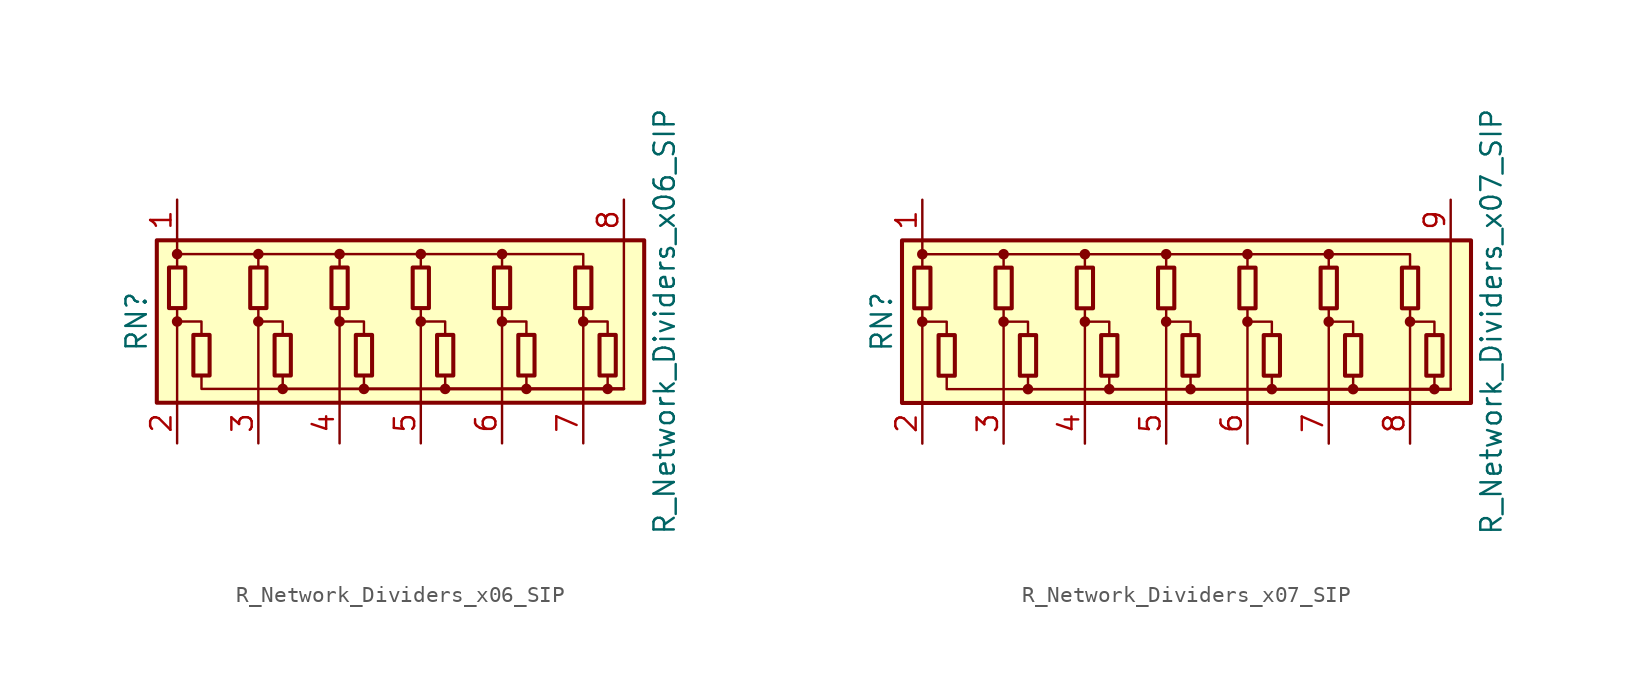
<source format=kicad_sym>
(kicad_symbol_lib
  (version 20241209)
  (generator "kicad_symbol_editor")
  (generator_version "9.0")
  (symbol "R_Network_Dividers_x06_SIP"
    (pin_names
      (offset 0)
      (hide yes))
    (property "Reference" "RN"
      (at -17.78 0 90)
      (effects (font (size 1.27 1.27))))
    (property "Value" "R_Network_Dividers_x06_SIP"
      (at 15.24 0 90)
      (effects (font (size 1.27 1.27))))
    (symbol "R_Network_Dividers_x06_SIP_0_1"
      (rectangle (start -16.51 -5.08) (end 13.97 5.08) (stroke (width 0.254) (type solid)) (fill (type background)))
      (rectangle (start -15.748 3.378) (end -14.732 0.838) (stroke (width 0.254) (type solid)) (fill (type none)))
      (polyline (pts (xy -15.24 5.08) (xy -15.24 3.378)) (stroke (width 0) (type solid)) (fill (type none)))
      (circle (center -15.24 4.216) (radius 0.254) (stroke (width 0) (type solid)) (fill (type outline)))
      (polyline (pts (xy -15.24 4.216) (xy -10.16 4.216) (xy -10.16 3.378)) (stroke (width 0) (type solid)) (fill (type none)))
      (circle (center -15.24 0) (radius 0.254) (stroke (width 0) (type solid)) (fill (type outline)))
      (polyline (pts (xy -15.24 0) (xy -13.716 0) (xy -13.716 -0.838)) (stroke (width 0) (type solid)) (fill (type none)))
      (polyline (pts (xy -15.24 -5.08) (xy -15.24 0.838)) (stroke (width 0) (type solid)) (fill (type none)))
      (rectangle (start -14.224 -3.378) (end -13.208 -0.838) (stroke (width 0.254) (type solid)) (fill (type none)))
      (polyline (pts (xy -13.716 -3.378) (xy -13.716 -4.216) (xy 12.7 -4.216)) (stroke (width 0) (type solid)) (fill (type none)))
      (rectangle (start -10.668 3.378) (end -9.652 0.838) (stroke (width 0.254) (type solid)) (fill (type none)))
      (circle (center -10.16 4.216) (radius 0.254) (stroke (width 0) (type solid)) (fill (type outline)))
      (polyline (pts (xy -10.16 4.216) (xy -5.08 4.216) (xy -5.08 3.378)) (stroke (width 0) (type solid)) (fill (type none)))
      (circle (center -10.16 0) (radius 0.254) (stroke (width 0) (type solid)) (fill (type outline)))
      (polyline (pts (xy -10.16 0) (xy -8.636 0) (xy -8.636 -0.838)) (stroke (width 0) (type solid)) (fill (type none)))
      (polyline (pts (xy -10.16 -5.08) (xy -10.16 0.838)) (stroke (width 0) (type solid)) (fill (type none)))
      (rectangle (start -9.144 -3.378) (end -8.128 -0.838) (stroke (width 0.254) (type solid)) (fill (type none)))
      (polyline (pts (xy -8.636 -3.378) (xy -8.636 -4.216) (xy 12.7 -4.216)) (stroke (width 0) (type solid)) (fill (type none)))
      (circle (center -8.636 -4.216) (radius 0.254) (stroke (width 0) (type solid)) (fill (type outline)))
      (rectangle (start -5.588 3.378) (end -4.572 0.838) (stroke (width 0.254) (type solid)) (fill (type none)))
      (circle (center -5.08 4.216) (radius 0.254) (stroke (width 0) (type solid)) (fill (type outline)))
      (polyline (pts (xy -5.08 4.216) (xy 0 4.216) (xy 0 3.378)) (stroke (width 0) (type solid)) (fill (type none)))
      (circle (center -5.08 0) (radius 0.254) (stroke (width 0) (type solid)) (fill (type outline)))
      (polyline (pts (xy -5.08 0) (xy -3.556 0) (xy -3.556 -0.838)) (stroke (width 0) (type solid)) (fill (type none)))
      (polyline (pts (xy -5.08 -5.08) (xy -5.08 0.838)) (stroke (width 0) (type solid)) (fill (type none)))
      (rectangle (start -4.064 -3.378) (end -3.048 -0.838) (stroke (width 0.254) (type solid)) (fill (type none)))
      (polyline (pts (xy -3.556 -3.378) (xy -3.556 -4.216) (xy 12.7 -4.216)) (stroke (width 0) (type solid)) (fill (type none)))
      (circle (center -3.556 -4.216) (radius 0.254) (stroke (width 0) (type solid)) (fill (type outline)))
      (rectangle (start -0.508 3.378) (end 0.508 0.838) (stroke (width 0.254) (type solid)) (fill (type none)))
      (circle (center 0 4.216) (radius 0.254) (stroke (width 0) (type solid)) (fill (type outline)))
      (polyline (pts (xy 0 4.216) (xy 5.08 4.216) (xy 5.08 3.378)) (stroke (width 0) (type solid)) (fill (type none)))
      (polyline (pts (xy 0 0) (xy 1.524 0) (xy 1.524 -0.838)) (stroke (width 0) (type solid)) (fill (type none)))
      (circle (center 0 0) (radius 0.254) (stroke (width 0) (type solid)) (fill (type outline)))
      (polyline (pts (xy 0 -5.08) (xy 0 0.838)) (stroke (width 0) (type solid)) (fill (type none)))
      (rectangle (start 1.016 -3.378) (end 2.032 -0.838) (stroke (width 0.254) (type solid)) (fill (type none)))
      (polyline (pts (xy 1.524 -3.378) (xy 1.524 -4.216) (xy 12.7 -4.216)) (stroke (width 0) (type solid)) (fill (type none)))
      (circle (center 1.524 -4.216) (radius 0.254) (stroke (width 0) (type solid)) (fill (type outline)))
      (rectangle (start 4.572 3.378) (end 5.588 0.838) (stroke (width 0.254) (type solid)) (fill (type none)))
      (polyline (pts (xy 5.08 4.216) (xy 10.16 4.216) (xy 10.16 3.378)) (stroke (width 0) (type solid)) (fill (type none)))
      (circle (center 5.08 4.216) (radius 0.254) (stroke (width 0) (type solid)) (fill (type outline)))
      (polyline (pts (xy 5.08 0) (xy 6.604 0) (xy 6.604 -0.838)) (stroke (width 0) (type solid)) (fill (type none)))
      (circle (center 5.08 0) (radius 0.254) (stroke (width 0) (type solid)) (fill (type outline)))
      (polyline (pts (xy 5.08 -5.08) (xy 5.08 0.838)) (stroke (width 0) (type solid)) (fill (type none)))
      (rectangle (start 6.096 -3.378) (end 7.112 -0.838) (stroke (width 0.254) (type solid)) (fill (type none)))
      (polyline (pts (xy 6.604 -3.378) (xy 6.604 -4.216) (xy 12.7 -4.216)) (stroke (width 0) (type solid)) (fill (type none)))
      (circle (center 6.604 -4.216) (radius 0.254) (stroke (width 0) (type solid)) (fill (type outline)))
      (rectangle (start 9.652 3.378) (end 10.668 0.838) (stroke (width 0.254) (type solid)) (fill (type none)))
      (polyline (pts (xy 10.16 0) (xy 11.684 0) (xy 11.684 -0.838)) (stroke (width 0) (type solid)) (fill (type none)))
      (circle (center 10.16 0) (radius 0.254) (stroke (width 0) (type solid)) (fill (type outline)))
      (polyline (pts (xy 10.16 -5.08) (xy 10.16 0.838)) (stroke (width 0) (type solid)) (fill (type none)))
      (rectangle (start 11.176 -3.378) (end 12.192 -0.838) (stroke (width 0.254) (type solid)) (fill (type none)))
      (polyline (pts (xy 11.684 -3.378) (xy 11.684 -4.216) (xy 12.7 -4.216)) (stroke (width 0) (type solid)) (fill (type none)))
      (circle (center 11.684 -4.216) (radius 0.254) (stroke (width 0) (type solid)) (fill (type outline)))
      (polyline (pts (xy 12.7 -4.216) (xy 12.7 5.08)) (stroke (width 0) (type solid)) (fill (type none))))
    (symbol "R_Network_Dividers_x06_SIP_1_1"
      (pin passive line (at -15.24 7.62 270) (length 2.54) (name "COM1" (effects (font (size 1.27 1.27)))) (number "1" (effects (font (size 1.27 1.27)))))
      (pin passive line (at -15.24 -7.62 90) (length 2.54) (name "R1" (effects (font (size 1.27 1.27)))) (number "2" (effects (font (size 1.27 1.27)))))
      (pin passive line (at -10.16 -7.62 90) (length 2.54) (name "R2" (effects (font (size 1.27 1.27)))) (number "3" (effects (font (size 1.27 1.27)))))
      (pin passive line (at -5.08 -7.62 90) (length 2.54) (name "R3" (effects (font (size 1.27 1.27)))) (number "4" (effects (font (size 1.27 1.27)))))
      (pin passive line (at 0 -7.62 90) (length 2.54) (name "R4" (effects (font (size 1.27 1.27)))) (number "5" (effects (font (size 1.27 1.27)))))
      (pin passive line (at 5.08 -7.62 90) (length 2.54) (name "R5" (effects (font (size 1.27 1.27)))) (number "6" (effects (font (size 1.27 1.27)))))
      (pin passive line (at 10.16 -7.62 90) (length 2.54) (name "R6" (effects (font (size 1.27 1.27)))) (number "7" (effects (font (size 1.27 1.27)))))
      (pin passive line (at 12.7 7.62 270) (length 2.54) (name "COM2" (effects (font (size 1.27 1.27)))) (number "8" (effects (font (size 1.27 1.27)))))))
  (symbol "R_Network_Dividers_x07_SIP"
    (pin_names
      (offset 0)
      (hide yes))
    (property "Reference" "RN"
      (at -17.78 0 90)
      (effects (font (size 1.27 1.27))))
    (property "Value" "R_Network_Dividers_x07_SIP"
      (at 20.32 0 90)
      (effects (font (size 1.27 1.27))))
    (symbol "R_Network_Dividers_x07_SIP_0_1"
      (rectangle (start -16.51 -5.08) (end 19.05 5.08) (stroke (width 0.254) (type solid)) (fill (type background)))
      (rectangle (start -15.748 3.378) (end -14.732 0.838) (stroke (width 0.254) (type solid)) (fill (type none)))
      (polyline (pts (xy -15.24 5.08) (xy -15.24 3.378)) (stroke (width 0) (type solid)) (fill (type none)))
      (circle (center -15.24 4.216) (radius 0.254) (stroke (width 0) (type solid)) (fill (type outline)))
      (polyline (pts (xy -15.24 4.216) (xy -10.16 4.216) (xy -10.16 3.378)) (stroke (width 0) (type solid)) (fill (type none)))
      (circle (center -15.24 0) (radius 0.254) (stroke (width 0) (type solid)) (fill (type outline)))
      (polyline (pts (xy -15.24 0) (xy -13.716 0) (xy -13.716 -0.838)) (stroke (width 0) (type solid)) (fill (type none)))
      (polyline (pts (xy -15.24 -5.08) (xy -15.24 0.838)) (stroke (width 0) (type solid)) (fill (type none)))
      (rectangle (start -14.224 -3.378) (end -13.208 -0.838) (stroke (width 0.254) (type solid)) (fill (type none)))
      (polyline (pts (xy -13.716 -3.378) (xy -13.716 -4.216) (xy 17.78 -4.216)) (stroke (width 0) (type solid)) (fill (type none)))
      (rectangle (start -10.668 3.378) (end -9.652 0.838) (stroke (width 0.254) (type solid)) (fill (type none)))
      (circle (center -10.16 4.216) (radius 0.254) (stroke (width 0) (type solid)) (fill (type outline)))
      (polyline (pts (xy -10.16 4.216) (xy -5.08 4.216) (xy -5.08 3.378)) (stroke (width 0) (type solid)) (fill (type none)))
      (circle (center -10.16 0) (radius 0.254) (stroke (width 0) (type solid)) (fill (type outline)))
      (polyline (pts (xy -10.16 0) (xy -8.636 0) (xy -8.636 -0.838)) (stroke (width 0) (type solid)) (fill (type none)))
      (polyline (pts (xy -10.16 -5.08) (xy -10.16 0.838)) (stroke (width 0) (type solid)) (fill (type none)))
      (rectangle (start -9.144 -3.378) (end -8.128 -0.838) (stroke (width 0.254) (type solid)) (fill (type none)))
      (polyline (pts (xy -8.636 -3.378) (xy -8.636 -4.216) (xy 17.78 -4.216)) (stroke (width 0) (type solid)) (fill (type none)))
      (circle (center -8.636 -4.216) (radius 0.254) (stroke (width 0) (type solid)) (fill (type outline)))
      (rectangle (start -5.588 3.378) (end -4.572 0.838) (stroke (width 0.254) (type solid)) (fill (type none)))
      (circle (center -5.08 4.216) (radius 0.254) (stroke (width 0) (type solid)) (fill (type outline)))
      (polyline (pts (xy -5.08 4.216) (xy 0 4.216) (xy 0 3.378)) (stroke (width 0) (type solid)) (fill (type none)))
      (circle (center -5.08 0) (radius 0.254) (stroke (width 0) (type solid)) (fill (type outline)))
      (polyline (pts (xy -5.08 0) (xy -3.556 0) (xy -3.556 -0.838)) (stroke (width 0) (type solid)) (fill (type none)))
      (polyline (pts (xy -5.08 -5.08) (xy -5.08 0.838)) (stroke (width 0) (type solid)) (fill (type none)))
      (rectangle (start -4.064 -3.378) (end -3.048 -0.838) (stroke (width 0.254) (type solid)) (fill (type none)))
      (polyline (pts (xy -3.556 -3.378) (xy -3.556 -4.216) (xy 17.78 -4.216)) (stroke (width 0) (type solid)) (fill (type none)))
      (circle (center -3.556 -4.216) (radius 0.254) (stroke (width 0) (type solid)) (fill (type outline)))
      (rectangle (start -0.508 3.378) (end 0.508 0.838) (stroke (width 0.254) (type solid)) (fill (type none)))
      (circle (center 0 4.216) (radius 0.254) (stroke (width 0) (type solid)) (fill (type outline)))
      (polyline (pts (xy 0 4.216) (xy 5.08 4.216) (xy 5.08 3.378)) (stroke (width 0) (type solid)) (fill (type none)))
      (polyline (pts (xy 0 0) (xy 1.524 0) (xy 1.524 -0.838)) (stroke (width 0) (type solid)) (fill (type none)))
      (circle (center 0 0) (radius 0.254) (stroke (width 0) (type solid)) (fill (type outline)))
      (polyline (pts (xy 0 -5.08) (xy 0 0.838)) (stroke (width 0) (type solid)) (fill (type none)))
      (rectangle (start 1.016 -3.378) (end 2.032 -0.838) (stroke (width 0.254) (type solid)) (fill (type none)))
      (polyline (pts (xy 1.524 -3.378) (xy 1.524 -4.216) (xy 17.78 -4.216)) (stroke (width 0) (type solid)) (fill (type none)))
      (circle (center 1.524 -4.216) (radius 0.254) (stroke (width 0) (type solid)) (fill (type outline)))
      (rectangle (start 4.572 3.378) (end 5.588 0.838) (stroke (width 0.254) (type solid)) (fill (type none)))
      (polyline (pts (xy 5.08 4.216) (xy 10.16 4.216) (xy 10.16 3.378)) (stroke (width 0) (type solid)) (fill (type none)))
      (circle (center 5.08 4.216) (radius 0.254) (stroke (width 0) (type solid)) (fill (type outline)))
      (polyline (pts (xy 5.08 0) (xy 6.604 0) (xy 6.604 -0.838)) (stroke (width 0) (type solid)) (fill (type none)))
      (circle (center 5.08 0) (radius 0.254) (stroke (width 0) (type solid)) (fill (type outline)))
      (polyline (pts (xy 5.08 -5.08) (xy 5.08 0.838)) (stroke (width 0) (type solid)) (fill (type none)))
      (rectangle (start 6.096 -3.378) (end 7.112 -0.838) (stroke (width 0.254) (type solid)) (fill (type none)))
      (polyline (pts (xy 6.604 -3.378) (xy 6.604 -4.216) (xy 17.78 -4.216)) (stroke (width 0) (type solid)) (fill (type none)))
      (circle (center 6.604 -4.216) (radius 0.254) (stroke (width 0) (type solid)) (fill (type outline)))
      (rectangle (start 9.652 3.378) (end 10.668 0.838) (stroke (width 0.254) (type solid)) (fill (type none)))
      (polyline (pts (xy 10.16 4.216) (xy 15.24 4.216) (xy 15.24 3.378)) (stroke (width 0) (type solid)) (fill (type none)))
      (circle (center 10.16 4.216) (radius 0.254) (stroke (width 0) (type solid)) (fill (type outline)))
      (polyline (pts (xy 10.16 0) (xy 11.684 0) (xy 11.684 -0.838)) (stroke (width 0) (type solid)) (fill (type none)))
      (circle (center 10.16 0) (radius 0.254) (stroke (width 0) (type solid)) (fill (type outline)))
      (polyline (pts (xy 10.16 -5.08) (xy 10.16 0.838)) (stroke (width 0) (type solid)) (fill (type none)))
      (rectangle (start 11.176 -3.378) (end 12.192 -0.838) (stroke (width 0.254) (type solid)) (fill (type none)))
      (polyline (pts (xy 11.684 -3.378) (xy 11.684 -4.216) (xy 17.78 -4.216)) (stroke (width 0) (type solid)) (fill (type none)))
      (circle (center 11.684 -4.216) (radius 0.254) (stroke (width 0) (type solid)) (fill (type outline)))
      (rectangle (start 14.732 3.378) (end 15.748 0.838) (stroke (width 0.254) (type solid)) (fill (type none)))
      (polyline (pts (xy 15.24 0) (xy 16.764 0) (xy 16.764 -0.838)) (stroke (width 0) (type solid)) (fill (type none)))
      (circle (center 15.24 0) (radius 0.254) (stroke (width 0) (type solid)) (fill (type outline)))
      (polyline (pts (xy 15.24 -5.08) (xy 15.24 0.838)) (stroke (width 0) (type solid)) (fill (type none)))
      (rectangle (start 16.256 -3.378) (end 17.272 -0.838) (stroke (width 0.254) (type solid)) (fill (type none)))
      (polyline (pts (xy 16.764 -3.378) (xy 16.764 -4.216) (xy 17.78 -4.216)) (stroke (width 0) (type solid)) (fill (type none)))
      (circle (center 16.764 -4.216) (radius 0.254) (stroke (width 0) (type solid)) (fill (type outline)))
      (polyline (pts (xy 17.78 -4.216) (xy 17.78 5.08)) (stroke (width 0) (type solid)) (fill (type none))))
    (symbol "R_Network_Dividers_x07_SIP_1_1"
      (pin passive line (at -15.24 7.62 270) (length 2.54) (name "COM1" (effects (font (size 1.27 1.27)))) (number "1" (effects (font (size 1.27 1.27)))))
      (pin passive line (at -15.24 -7.62 90) (length 2.54) (name "R1" (effects (font (size 1.27 1.27)))) (number "2" (effects (font (size 1.27 1.27)))))
      (pin passive line (at -10.16 -7.62 90) (length 2.54) (name "R2" (effects (font (size 1.27 1.27)))) (number "3" (effects (font (size 1.27 1.27)))))
      (pin passive line (at -5.08 -7.62 90) (length 2.54) (name "R3" (effects (font (size 1.27 1.27)))) (number "4" (effects (font (size 1.27 1.27)))))
      (pin passive line (at 0 -7.62 90) (length 2.54) (name "R4" (effects (font (size 1.27 1.27)))) (number "5" (effects (font (size 1.27 1.27)))))
      (pin passive line (at 5.08 -7.62 90) (length 2.54) (name "R5" (effects (font (size 1.27 1.27)))) (number "6" (effects (font (size 1.27 1.27)))))
      (pin passive line (at 10.16 -7.62 90) (length 2.54) (name "R6" (effects (font (size 1.27 1.27)))) (number "7" (effects (font (size 1.27 1.27)))))
      (pin passive line (at 15.24 -7.62 90) (length 2.54) (name "R7" (effects (font (size 1.27 1.27)))) (number "8" (effects (font (size 1.27 1.27)))))
      (pin passive line (at 17.78 7.62 270) (length 2.54) (name "COM2" (effects (font (size 1.27 1.27)))) (number "9" (effects (font (size 1.27 1.27))))))))
</source>
